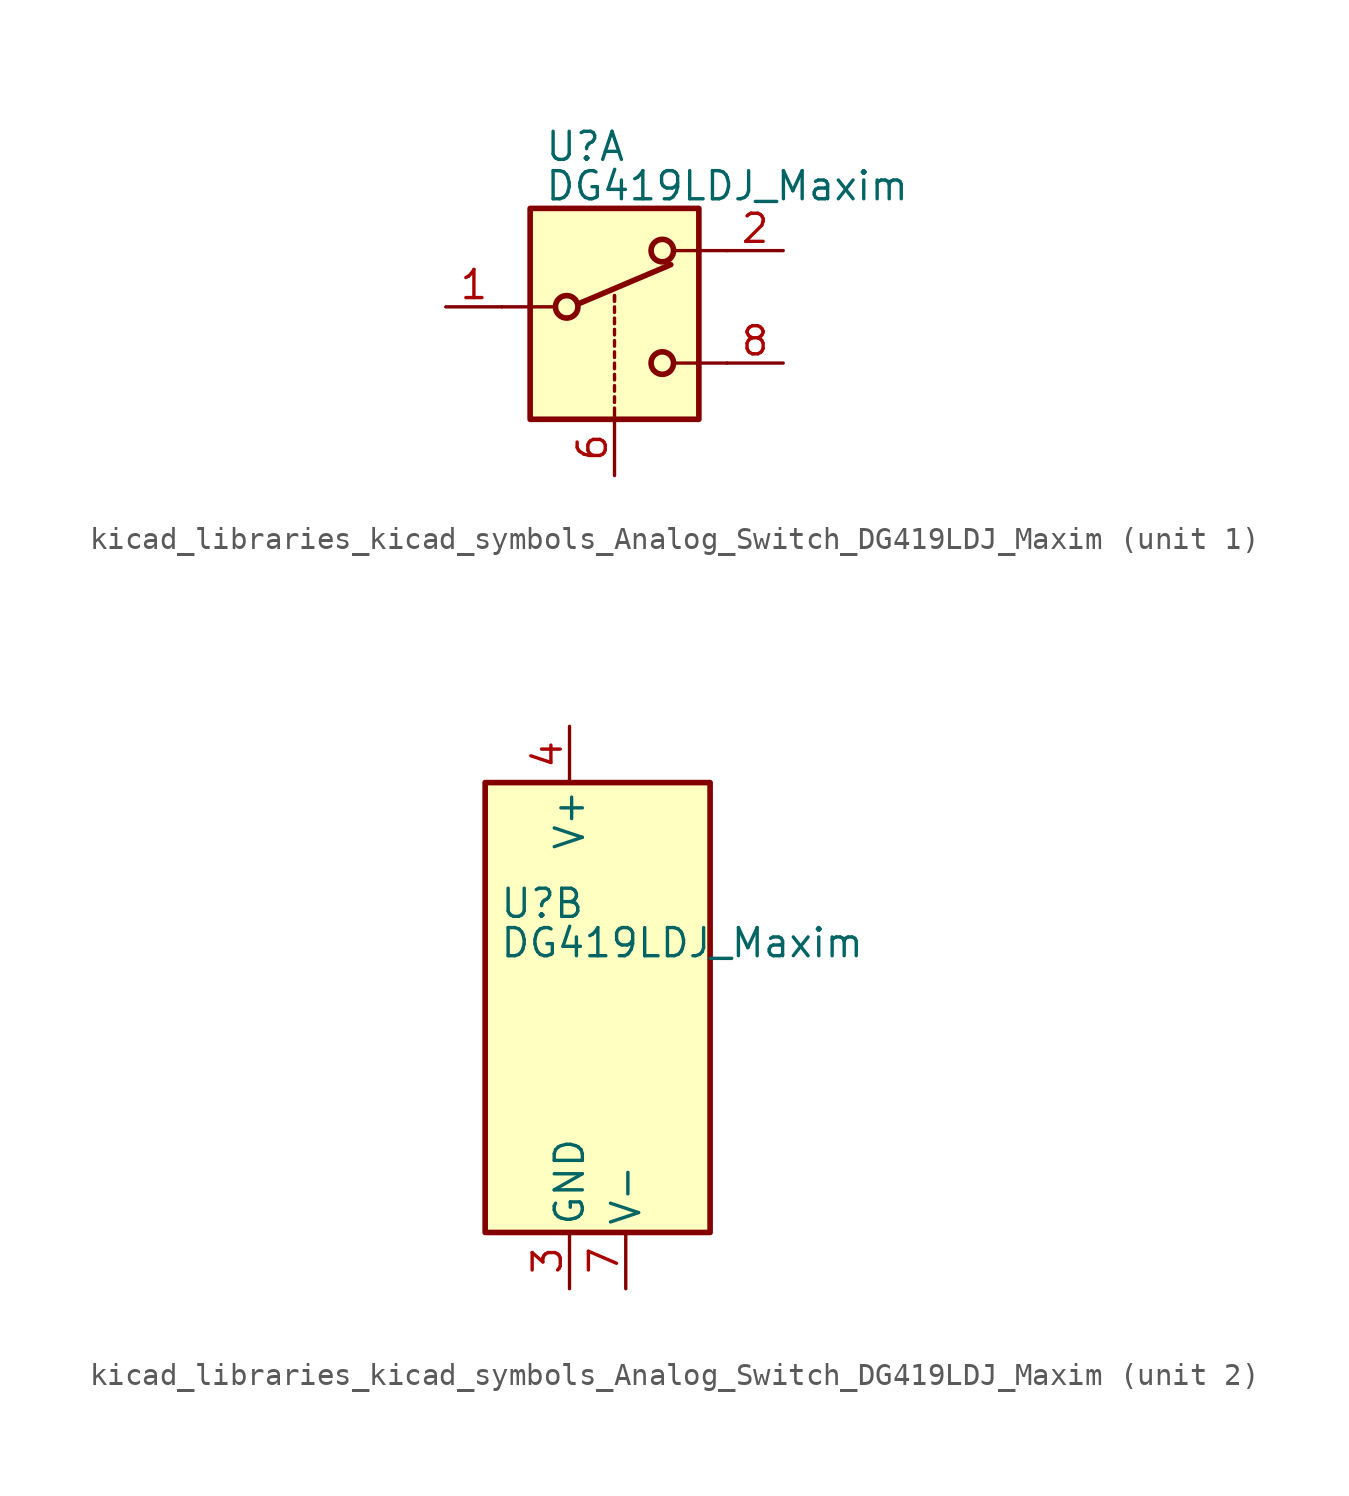
<source format=kicad_sym>
(kicad_symbol_lib
  (version 20220914)
  (generator kicad_symbol_editor)
  (symbol "kicad_libraries_kicad_symbols_Analog_Switch_DG419LDJ_Maxim"
    (pin_names
      (offset 0.254))
    (property "Reference" "U"
      (at -3.175 4.699 0)
      (effects (font (size 1.27 1.27)) (justify left)))
    (property "Value" "DG419LDJ_Maxim"
      (at -3.175 2.921 0)
      (effects (font (size 1.27 1.27)) (justify left)))
    (symbol "kicad_libraries_kicad_symbols_Analog_Switch_DG419LDJ_Maxim_1_1"
      (rectangle (start -3.81 1.905) (end 3.81 -7.62) (stroke (width 0.254) (type default)) (fill (type background)))
      (circle (center -2.159 -2.54) (radius 0.508) (stroke (width 0.254) (type default)) (fill (type none)))
      (polyline (pts (xy -5.08 -2.54) (xy -2.794 -2.54)) (stroke (width 0) (type default)) (fill (type none)))
      (polyline (pts (xy -1.651 -2.413) (xy 2.54 -0.635)) (stroke (width 0.254) (type default)) (fill (type none)))
      (polyline (pts (xy 0 -7.62) (xy 0 -7.112)) (stroke (width 0) (type default)) (fill (type none)))
      (polyline (pts (xy 0 -6.858) (xy 0 -6.604)) (stroke (width 0) (type default)) (fill (type none)))
      (polyline (pts (xy 0 -6.35) (xy 0 -6.096)) (stroke (width 0) (type default)) (fill (type none)))
      (polyline (pts (xy 0 -5.842) (xy 0 -5.588)) (stroke (width 0) (type default)) (fill (type none)))
      (polyline (pts (xy 0 -5.334) (xy 0 -5.08)) (stroke (width 0) (type default)) (fill (type none)))
      (polyline (pts (xy 0 -4.826) (xy 0 -4.572)) (stroke (width 0) (type default)) (fill (type none)))
      (polyline (pts (xy 0 -4.318) (xy 0 -4.064)) (stroke (width 0) (type default)) (fill (type none)))
      (polyline (pts (xy 0 -3.81) (xy 0 -3.556)) (stroke (width 0) (type default)) (fill (type none)))
      (polyline (pts (xy 0 -3.302) (xy 0 -3.048)) (stroke (width 0) (type default)) (fill (type none)))
      (polyline (pts (xy 0 -2.794) (xy 0 -2.54)) (stroke (width 0) (type default)) (fill (type none)))
      (polyline (pts (xy 0 -2.286) (xy 0 -2.032)) (stroke (width 0) (type default)) (fill (type none)))
      (polyline (pts (xy 0 -2.286) (xy 0 -2.032)) (stroke (width 0) (type default)) (fill (type none)))
      (polyline (pts (xy 5.08 -5.08) (xy 2.794 -5.08)) (stroke (width 0) (type default)) (fill (type none)))
      (polyline (pts (xy 5.08 0) (xy 2.794 0)) (stroke (width 0) (type default)) (fill (type none)))
      (circle (center 2.159 -5.08) (radius 0.508) (stroke (width 0.254) (type default)) (fill (type none)))
      (circle (center 2.159 0) (radius 0.508) (stroke (width 0.254) (type default)) (fill (type none)))
      (pin passive line (at -7.62 -2.54 0) (length 2.54) (name "~" (effects (font (size 1.27 1.27)))) (number "1" (effects (font (size 1.27 1.27)))))
      (pin passive line (at 7.62 0 180) (length 2.54) (name "~" (effects (font (size 1.27 1.27)))) (number "2" (effects (font (size 1.27 1.27)))))
      (pin input line (at 0 -10.16 90) (length 2.54) (name "~" (effects (font (size 1.27 1.27)))) (number "6" (effects (font (size 1.27 1.27)))))
      (pin passive line (at 7.62 -5.08 180) (length 2.54) (name "~" (effects (font (size 1.27 1.27)))) (number "8" (effects (font (size 1.27 1.27))))))
    (symbol "kicad_libraries_kicad_symbols_Analog_Switch_DG419LDJ_Maxim_2_0"
      (pin power_in line (at 0 -12.7 90) (length 2.54) (name "GND" (effects (font (size 1.27 1.27)))) (number "3" (effects (font (size 1.27 1.27)))))
      (pin power_in line (at 0 12.7 270) (length 2.54) (name "V+" (effects (font (size 1.27 1.27)))) (number "4" (effects (font (size 1.27 1.27)))))
      (pin no_connect line (at 2.54 10.16 270) (length 2.54) hide (name "NC" (effects (font (size 1.27 1.27)))) (number "5" (effects (font (size 1.27 1.27)))))
      (pin power_in line (at 2.54 -12.7 90) (length 2.54) (name "V-" (effects (font (size 1.27 1.27)))) (number "7" (effects (font (size 1.27 1.27))))))
    (symbol "kicad_libraries_kicad_symbols_Analog_Switch_DG419LDJ_Maxim_2_1"
      (rectangle (start -3.81 10.16) (end 6.35 -10.16) (stroke (width 0.254) (type default)) (fill (type background))))))
</source>
